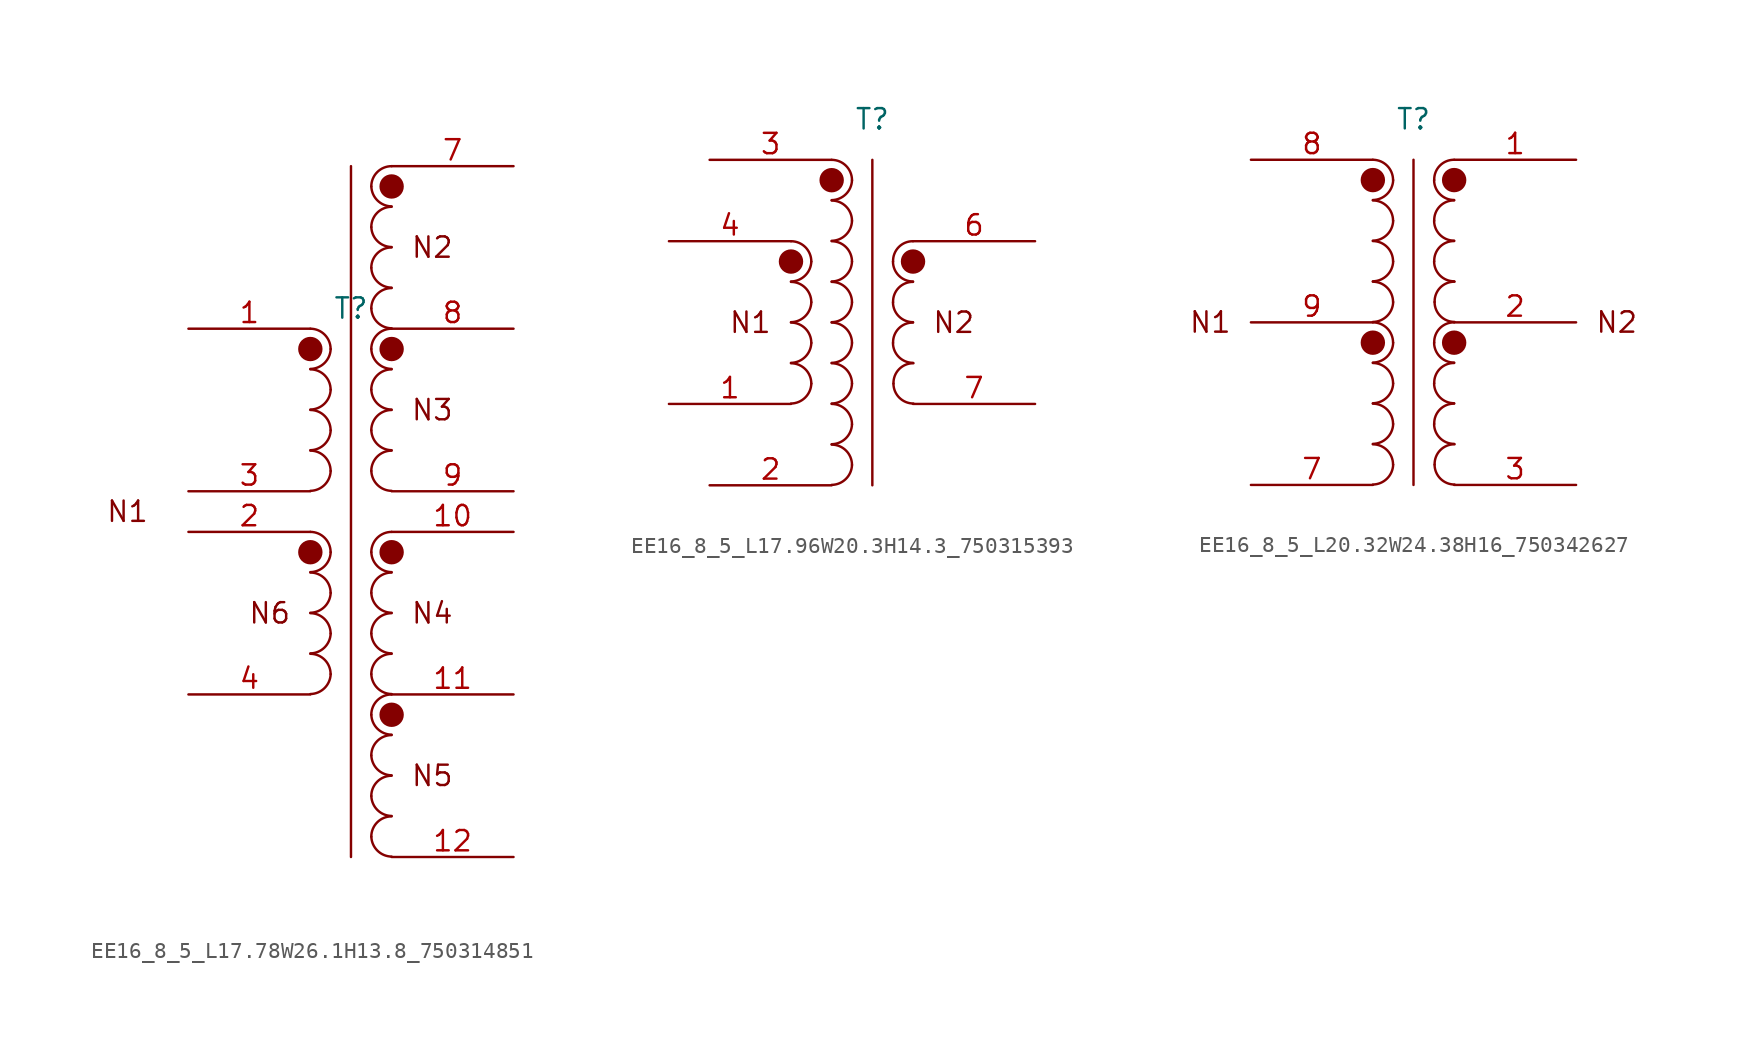
<source format=kicad_sym>
(kicad_symbol_lib
  (version 20220914)
  (generator kicad_symbol_editor)
  (symbol "EE16_8_5_L17.78W26.1H13.8_750314851"
    (pin_names hide)
    (property "Reference" "T"
      (at 0 12.7 0)
      (effects (font (size 1.27 1.27))))
    (symbol "EE16_8_5_L17.78W26.1H13.8_750314851_0_1"
      (arc (start -2.54 -11.4046) (mid -1.6561 -11.0363) (end -1.27 -10.16) (stroke (width 0) (type default)) (fill (type none)))
      (arc (start -2.54 -8.8646) (mid -1.6561 -8.4963) (end -1.27 -7.62) (stroke (width 0) (type default)) (fill (type none)))
      (arc (start -2.54 -6.3246) (mid -1.6561 -5.9563) (end -1.27 -5.08) (stroke (width 0) (type default)) (fill (type none)))
      (arc (start -2.54 -3.7846) (mid -1.6561 -3.4163) (end -1.27 -2.54) (stroke (width 0) (type default)) (fill (type none)))
      (arc (start -2.54 1.2954) (mid -1.6561 1.6637) (end -1.27 2.54) (stroke (width 0) (type default)) (fill (type none)))
      (arc (start -2.54 3.8354) (mid -1.6561 4.2037) (end -1.27 5.08) (stroke (width 0) (type default)) (fill (type none)))
      (arc (start -2.54 6.3754) (mid -1.6561 6.7437) (end -1.27 7.62) (stroke (width 0) (type default)) (fill (type none)))
      (arc (start -2.54 8.9154) (mid -1.6561 9.2837) (end -1.27 10.16) (stroke (width 0) (type default)) (fill (type none)))
      (arc (start -1.27 -10.16) (mid -1.642 -9.262) (end -2.54 -8.89) (stroke (width 0) (type default)) (fill (type none)))
      (arc (start -1.27 -7.62) (mid -1.642 -6.722) (end -2.54 -6.35) (stroke (width 0) (type default)) (fill (type none)))
      (arc (start -1.27 -5.08) (mid -1.642 -4.182) (end -2.54 -3.81) (stroke (width 0) (type default)) (fill (type none)))
      (arc (start -1.27 -2.54) (mid -1.642 -1.642) (end -2.54 -1.27) (stroke (width 0) (type default)) (fill (type none)))
      (arc (start -1.27 2.54) (mid -1.642 3.438) (end -2.54 3.81) (stroke (width 0) (type default)) (fill (type none)))
      (arc (start -1.27 5.08) (mid -1.642 5.978) (end -2.54 6.35) (stroke (width 0) (type default)) (fill (type none)))
      (arc (start -1.27 7.62) (mid -1.642 8.518) (end -2.54 8.89) (stroke (width 0) (type default)) (fill (type none)))
      (arc (start -1.27 10.16) (mid -1.642 11.058) (end -2.54 11.43) (stroke (width 0) (type default)) (fill (type none)))
      (polyline (pts (xy 0 -21.59) (xy 0 21.59)) (stroke (width 0) (type default)) (fill (type none)))
      (arc (start 1.27 -20.32) (mid 1.6561 -21.1963) (end 2.54 -21.5646) (stroke (width 0) (type default)) (fill (type none)))
      (arc (start 1.27 -17.78) (mid 1.6561 -18.6563) (end 2.54 -19.0246) (stroke (width 0) (type default)) (fill (type none)))
      (arc (start 1.27 -15.24) (mid 1.6561 -16.1163) (end 2.54 -16.4846) (stroke (width 0) (type default)) (fill (type none)))
      (arc (start 1.27 -12.7) (mid 1.6561 -13.5763) (end 2.54 -13.9446) (stroke (width 0) (type default)) (fill (type none)))
      (arc (start 1.27 -10.16) (mid 1.6561 -11.0363) (end 2.54 -11.4046) (stroke (width 0) (type default)) (fill (type none)))
      (arc (start 1.27 -7.62) (mid 1.6561 -8.4963) (end 2.54 -8.8646) (stroke (width 0) (type default)) (fill (type none)))
      (arc (start 1.27 -5.08) (mid 1.6561 -5.9563) (end 2.54 -6.3246) (stroke (width 0) (type default)) (fill (type none)))
      (arc (start 1.27 -2.54) (mid 1.6561 -3.4163) (end 2.54 -3.7846) (stroke (width 0) (type default)) (fill (type none)))
      (arc (start 1.27 2.54) (mid 1.6561 1.6637) (end 2.54 1.2954) (stroke (width 0) (type default)) (fill (type none)))
      (arc (start 1.27 5.08) (mid 1.6561 4.2037) (end 2.54 3.8354) (stroke (width 0) (type default)) (fill (type none)))
      (arc (start 1.27 7.62) (mid 1.6561 6.7437) (end 2.54 6.3754) (stroke (width 0) (type default)) (fill (type none)))
      (arc (start 1.27 10.16) (mid 1.6561 9.2837) (end 2.54 8.9154) (stroke (width 0) (type default)) (fill (type none)))
      (arc (start 1.27 12.7) (mid 1.6561 11.8237) (end 2.54 11.4554) (stroke (width 0) (type default)) (fill (type none)))
      (arc (start 1.27 15.24) (mid 1.6561 14.3637) (end 2.54 13.9954) (stroke (width 0) (type default)) (fill (type none)))
      (arc (start 1.27 17.78) (mid 1.6561 16.9037) (end 2.54 16.5354) (stroke (width 0) (type default)) (fill (type none)))
      (arc (start 1.27 20.32) (mid 1.6561 19.4437) (end 2.54 19.0754) (stroke (width 0) (type default)) (fill (type none)))
      (arc (start 2.54 -19.05) (mid 1.642 -19.422) (end 1.27 -20.32) (stroke (width 0) (type default)) (fill (type none)))
      (arc (start 2.54 -16.51) (mid 1.642 -16.882) (end 1.27 -17.78) (stroke (width 0) (type default)) (fill (type none)))
      (arc (start 2.54 -13.97) (mid 1.642 -14.342) (end 1.27 -15.24) (stroke (width 0) (type default)) (fill (type none)))
      (arc (start 2.54 -11.43) (mid 1.642 -11.802) (end 1.27 -12.7) (stroke (width 0) (type default)) (fill (type none)))
      (arc (start 2.54 -8.89) (mid 1.642 -9.262) (end 1.27 -10.16) (stroke (width 0) (type default)) (fill (type none)))
      (arc (start 2.54 -6.35) (mid 1.642 -6.722) (end 1.27 -7.62) (stroke (width 0) (type default)) (fill (type none)))
      (arc (start 2.54 -3.81) (mid 1.642 -4.182) (end 1.27 -5.08) (stroke (width 0) (type default)) (fill (type none)))
      (arc (start 2.54 -1.27) (mid 1.642 -1.642) (end 1.27 -2.54) (stroke (width 0) (type default)) (fill (type none)))
      (arc (start 2.54 3.81) (mid 1.642 3.438) (end 1.27 2.54) (stroke (width 0) (type default)) (fill (type none)))
      (arc (start 2.54 6.35) (mid 1.642 5.978) (end 1.27 5.08) (stroke (width 0) (type default)) (fill (type none)))
      (arc (start 2.54 8.89) (mid 1.642 8.518) (end 1.27 7.62) (stroke (width 0) (type default)) (fill (type none)))
      (arc (start 2.54 11.43) (mid 1.642 11.058) (end 1.27 10.16) (stroke (width 0) (type default)) (fill (type none)))
      (arc (start 2.54 13.97) (mid 1.642 13.598) (end 1.27 12.7) (stroke (width 0) (type default)) (fill (type none)))
      (arc (start 2.54 16.51) (mid 1.642 16.138) (end 1.27 15.24) (stroke (width 0) (type default)) (fill (type none)))
      (arc (start 2.54 19.05) (mid 1.642 18.678) (end 1.27 17.78) (stroke (width 0) (type default)) (fill (type none)))
      (arc (start 2.54 21.59) (mid 1.642 21.218) (end 1.27 20.32) (stroke (width 0) (type default)) (fill (type none))))
    (symbol "EE16_8_5_L17.78W26.1H13.8_750314851_1_1"
      (circle (center -2.54 -2.54) (radius 0.0001) (stroke (width 0.762) (type default)) (fill (type none)))
      (circle (center -2.54 10.16) (radius 0.0001) (stroke (width 0.762) (type default)) (fill (type none)))
      (circle (center 2.54 -12.7) (radius 0.0001) (stroke (width 0.762) (type default)) (fill (type none)))
      (circle (center 2.54 -2.54) (radius 0.0001) (stroke (width 0.762) (type default)) (fill (type none)))
      (circle (center 2.54 10.16) (radius 0.0001) (stroke (width 0.762) (type default)) (fill (type none)))
      (circle (center 2.54 20.32) (radius 0.0001) (stroke (width 0.762) (type default)) (fill (type none)))
      (text "N1" (at -13.97 0 0) (effects (font (size 1.27 1.27))))
      (text "N2" (at 5.08 16.51 0) (effects (font (size 1.27 1.27))))
      (text "N3" (at 5.08 6.35 0) (effects (font (size 1.27 1.27))))
      (text "N4" (at 5.08 -6.35 0) (effects (font (size 1.27 1.27))))
      (text "N5" (at 5.08 -16.51 0) (effects (font (size 1.27 1.27))))
      (text "N6" (at -5.08 -6.35 0) (effects (font (size 1.27 1.27))))
      (pin passive line (at -10.16 11.43 0) (length 7.62) (name "1" (effects (font (size 1.27 1.27)))) (number "1" (effects (font (size 1.27 1.27)))))
      (pin passive line (at 10.16 -1.27 180) (length 7.62) (name "10" (effects (font (size 1.27 1.27)))) (number "10" (effects (font (size 1.27 1.27)))))
      (pin passive line (at 10.16 -11.43 180) (length 7.62) (name "11" (effects (font (size 1.27 1.27)))) (number "11" (effects (font (size 1.27 1.27)))))
      (pin passive line (at 10.16 -21.59 180) (length 7.62) (name "12" (effects (font (size 1.27 1.27)))) (number "12" (effects (font (size 1.27 1.27)))))
      (pin passive line (at -10.16 -1.27 0) (length 7.62) (name "2" (effects (font (size 1.27 1.27)))) (number "2" (effects (font (size 1.27 1.27)))))
      (pin passive line (at -10.16 1.27 0) (length 7.62) (name "3" (effects (font (size 1.27 1.27)))) (number "3" (effects (font (size 1.27 1.27)))))
      (pin passive line (at -10.16 -11.43 0) (length 7.62) (name "4" (effects (font (size 1.27 1.27)))) (number "4" (effects (font (size 1.27 1.27)))))
      (pin passive line (at 10.16 21.59 180) (length 7.62) (name "7" (effects (font (size 1.27 1.27)))) (number "7" (effects (font (size 1.27 1.27)))))
      (pin passive line (at 10.16 11.43 180) (length 7.62) (name "8" (effects (font (size 1.27 1.27)))) (number "8" (effects (font (size 1.27 1.27)))))
      (pin passive line (at 10.16 1.27 180) (length 7.62) (name "9" (effects (font (size 1.27 1.27)))) (number "9" (effects (font (size 1.27 1.27)))))))
  (symbol "EE16_8_5_L17.96W20.3H14.3_750315393"
    (pin_names hide)
    (property "Reference" "T"
      (at 0 12.7 0)
      (effects (font (size 1.27 1.27))))
    (symbol "EE16_8_5_L17.96W20.3H14.3_750315393_0_1"
      (arc (start -5.08 -5.0546) (mid -4.1961 -4.6863) (end -3.81 -3.81) (stroke (width 0) (type default)) (fill (type none)))
      (arc (start -5.08 -2.5146) (mid -4.1961 -2.1463) (end -3.81 -1.27) (stroke (width 0) (type default)) (fill (type none)))
      (arc (start -5.08 0.0254) (mid -4.1961 0.3937) (end -3.81 1.27) (stroke (width 0) (type default)) (fill (type none)))
      (arc (start -5.08 2.5654) (mid -4.1961 2.9337) (end -3.81 3.81) (stroke (width 0) (type default)) (fill (type none)))
      (arc (start -3.81 -3.81) (mid -4.182 -2.912) (end -5.08 -2.54) (stroke (width 0) (type default)) (fill (type none)))
      (arc (start -3.81 -1.27) (mid -4.182 -0.372) (end -5.08 0) (stroke (width 0) (type default)) (fill (type none)))
      (arc (start -3.81 1.27) (mid -4.182 2.168) (end -5.08 2.54) (stroke (width 0) (type default)) (fill (type none)))
      (arc (start -3.81 3.81) (mid -4.182 4.708) (end -5.08 5.08) (stroke (width 0) (type default)) (fill (type none)))
      (arc (start -2.54 -10.1346) (mid -1.6561 -9.7663) (end -1.27 -8.89) (stroke (width 0) (type default)) (fill (type none)))
      (arc (start -2.54 -7.5946) (mid -1.6561 -7.2263) (end -1.27 -6.35) (stroke (width 0) (type default)) (fill (type none)))
      (arc (start -2.54 -5.0546) (mid -1.6561 -4.6863) (end -1.27 -3.81) (stroke (width 0) (type default)) (fill (type none)))
      (arc (start -2.54 -2.5146) (mid -1.6561 -2.1463) (end -1.27 -1.27) (stroke (width 0) (type default)) (fill (type none)))
      (arc (start -2.54 0.0254) (mid -1.6561 0.3937) (end -1.27 1.27) (stroke (width 0) (type default)) (fill (type none)))
      (arc (start -2.54 2.5654) (mid -1.6561 2.9337) (end -1.27 3.81) (stroke (width 0) (type default)) (fill (type none)))
      (arc (start -2.54 5.1054) (mid -1.6561 5.4737) (end -1.27 6.35) (stroke (width 0) (type default)) (fill (type none)))
      (arc (start -2.54 7.6454) (mid -1.6561 8.0137) (end -1.27 8.89) (stroke (width 0) (type default)) (fill (type none)))
      (arc (start -1.27 -8.89) (mid -1.642 -7.992) (end -2.54 -7.62) (stroke (width 0) (type default)) (fill (type none)))
      (arc (start -1.27 -6.35) (mid -1.642 -5.452) (end -2.54 -5.08) (stroke (width 0) (type default)) (fill (type none)))
      (arc (start -1.27 -3.81) (mid -1.642 -2.912) (end -2.54 -2.54) (stroke (width 0) (type default)) (fill (type none)))
      (arc (start -1.27 -1.27) (mid -1.642 -0.372) (end -2.54 0) (stroke (width 0) (type default)) (fill (type none)))
      (arc (start -1.27 1.27) (mid -1.642 2.168) (end -2.54 2.54) (stroke (width 0) (type default)) (fill (type none)))
      (arc (start -1.27 3.81) (mid -1.642 4.708) (end -2.54 5.08) (stroke (width 0) (type default)) (fill (type none)))
      (arc (start -1.27 6.35) (mid -1.642 7.248) (end -2.54 7.62) (stroke (width 0) (type default)) (fill (type none)))
      (arc (start -1.27 8.89) (mid -1.642 9.788) (end -2.54 10.16) (stroke (width 0) (type default)) (fill (type none)))
      (polyline (pts (xy 0 10.16) (xy 0 -10.16)) (stroke (width 0) (type default)) (fill (type none)))
      (arc (start 1.2954 -1.27) (mid 1.6599 -2.1501) (end 2.54 -2.5146) (stroke (width 0) (type default)) (fill (type none)))
      (arc (start 1.2954 1.27) (mid 1.6599 0.3899) (end 2.54 0.0254) (stroke (width 0) (type default)) (fill (type none)))
      (arc (start 1.2954 3.81) (mid 1.6599 2.9299) (end 2.54 2.5654) (stroke (width 0) (type default)) (fill (type none)))
      (arc (start 1.3208 -3.81) (mid 1.6853 -4.6901) (end 2.5654 -5.0546) (stroke (width 0) (type default)) (fill (type none)))
      (arc (start 2.54 0) (mid 1.642 -0.372) (end 1.2954 -1.27) (stroke (width 0) (type default)) (fill (type none)))
      (arc (start 2.54 2.54) (mid 1.642 2.168) (end 1.2954 1.27) (stroke (width 0) (type default)) (fill (type none)))
      (arc (start 2.54 5.08) (mid 1.642 4.708) (end 1.2954 3.81) (stroke (width 0) (type default)) (fill (type none)))
      (arc (start 2.5654 -2.54) (mid 1.6674 -2.912) (end 1.3208 -3.81) (stroke (width 0) (type default)) (fill (type none))))
    (symbol "EE16_8_5_L17.96W20.3H14.3_750315393_1_1"
      (circle (center -5.08 3.81) (radius 0.0001) (stroke (width 0.762) (type default)) (fill (type none)))
      (circle (center -2.54 8.89) (radius 0.0001) (stroke (width 0.762) (type default)) (fill (type none)))
      (circle (center 2.54 3.81) (radius 0.0001) (stroke (width 0.762) (type default)) (fill (type none)))
      (text "N1" (at -7.62 0 0) (effects (font (size 1.27 1.27))))
      (text "N2" (at 5.08 0 0) (effects (font (size 1.27 1.27))))
      (pin passive line (at -12.7 -5.08 0) (length 7.62) (name "1" (effects (font (size 1.27 1.27)))) (number "1" (effects (font (size 1.27 1.27)))))
      (pin passive line (at -10.16 -10.16 0) (length 7.62) (name "2" (effects (font (size 1.27 1.27)))) (number "2" (effects (font (size 1.27 1.27)))))
      (pin passive line (at -10.16 10.16 0) (length 7.62) (name "3" (effects (font (size 1.27 1.27)))) (number "3" (effects (font (size 1.27 1.27)))))
      (pin passive line (at -12.7 5.08 0) (length 7.62) (name "4" (effects (font (size 1.27 1.27)))) (number "4" (effects (font (size 1.27 1.27)))))
      (pin passive line (at 10.16 5.08 180) (length 7.62) (name "6" (effects (font (size 1.27 1.27)))) (number "6" (effects (font (size 1.27 1.27)))))
      (pin passive line (at 10.16 -5.08 180) (length 7.62) (name "7" (effects (font (size 1.27 1.27)))) (number "7" (effects (font (size 1.27 1.27)))))))
  (symbol "EE16_8_5_L20.32W24.38H16_750342627"
    (pin_names hide)
    (property "Reference" "T"
      (at 0 12.7 0)
      (effects (font (size 1.27 1.27))))
    (symbol "EE16_8_5_L20.32W24.38H16_750342627_0_1"
      (arc (start -2.54 -10.1346) (mid -1.6561 -9.7663) (end -1.27 -8.89) (stroke (width 0) (type default)) (fill (type none)))
      (arc (start -2.54 -7.5946) (mid -1.6561 -7.2263) (end -1.27 -6.35) (stroke (width 0) (type default)) (fill (type none)))
      (arc (start -2.54 -5.0546) (mid -1.6561 -4.6863) (end -1.27 -3.81) (stroke (width 0) (type default)) (fill (type none)))
      (arc (start -2.54 -2.5146) (mid -1.6561 -2.1463) (end -1.27 -1.27) (stroke (width 0) (type default)) (fill (type none)))
      (arc (start -2.54 0.0254) (mid -1.6561 0.3937) (end -1.27 1.27) (stroke (width 0) (type default)) (fill (type none)))
      (arc (start -2.54 2.5654) (mid -1.6561 2.9337) (end -1.27 3.81) (stroke (width 0) (type default)) (fill (type none)))
      (arc (start -2.54 5.1054) (mid -1.6561 5.4737) (end -1.27 6.35) (stroke (width 0) (type default)) (fill (type none)))
      (arc (start -2.54 7.6454) (mid -1.6561 8.0137) (end -1.27 8.89) (stroke (width 0) (type default)) (fill (type none)))
      (arc (start -1.27 -8.89) (mid -1.642 -7.992) (end -2.54 -7.62) (stroke (width 0) (type default)) (fill (type none)))
      (arc (start -1.27 -6.35) (mid -1.642 -5.452) (end -2.54 -5.08) (stroke (width 0) (type default)) (fill (type none)))
      (arc (start -1.27 -3.81) (mid -1.642 -2.912) (end -2.54 -2.54) (stroke (width 0) (type default)) (fill (type none)))
      (arc (start -1.27 -1.27) (mid -1.642 -0.372) (end -2.54 0) (stroke (width 0) (type default)) (fill (type none)))
      (arc (start -1.27 1.27) (mid -1.642 2.168) (end -2.54 2.54) (stroke (width 0) (type default)) (fill (type none)))
      (arc (start -1.27 3.81) (mid -1.642 4.708) (end -2.54 5.08) (stroke (width 0) (type default)) (fill (type none)))
      (arc (start -1.27 6.35) (mid -1.642 7.248) (end -2.54 7.62) (stroke (width 0) (type default)) (fill (type none)))
      (arc (start -1.27 8.89) (mid -1.642 9.788) (end -2.54 10.16) (stroke (width 0) (type default)) (fill (type none)))
      (polyline (pts (xy 0 10.16) (xy 0 -10.16)) (stroke (width 0) (type default)) (fill (type none)))
      (arc (start 1.2954 -6.35) (mid 1.6599 -7.2301) (end 2.54 -7.5946) (stroke (width 0) (type default)) (fill (type none)))
      (arc (start 1.2954 -3.81) (mid 1.6599 -4.6901) (end 2.54 -5.0546) (stroke (width 0) (type default)) (fill (type none)))
      (arc (start 1.2954 -1.27) (mid 1.6599 -2.1501) (end 2.54 -2.5146) (stroke (width 0) (type default)) (fill (type none)))
      (arc (start 1.2954 3.81) (mid 1.6599 2.9299) (end 2.54 2.5654) (stroke (width 0) (type default)) (fill (type none)))
      (arc (start 1.2954 6.35) (mid 1.6599 5.4699) (end 2.54 5.1054) (stroke (width 0) (type default)) (fill (type none)))
      (arc (start 1.2954 8.89) (mid 1.6599 8.0099) (end 2.54 7.6454) (stroke (width 0) (type default)) (fill (type none)))
      (arc (start 1.3208 -8.89) (mid 1.6855 -9.7699) (end 2.5654 -10.1346) (stroke (width 0) (type default)) (fill (type none)))
      (arc (start 1.3208 1.27) (mid 1.6854 0.3901) (end 2.5654 0.0254) (stroke (width 0) (type default)) (fill (type none)))
      (arc (start 2.54 -5.08) (mid 1.6458 -5.4485) (end 1.2954 -6.35) (stroke (width 0) (type default)) (fill (type none)))
      (arc (start 2.54 -2.54) (mid 1.6458 -2.9085) (end 1.2954 -3.81) (stroke (width 0) (type default)) (fill (type none)))
      (arc (start 2.54 0) (mid 1.6458 -0.3685) (end 1.2954 -1.27) (stroke (width 0) (type default)) (fill (type none)))
      (arc (start 2.54 5.08) (mid 1.6458 4.7115) (end 1.2954 3.81) (stroke (width 0) (type default)) (fill (type none)))
      (arc (start 2.54 7.62) (mid 1.6458 7.2515) (end 1.2954 6.35) (stroke (width 0) (type default)) (fill (type none)))
      (arc (start 2.54 10.16) (mid 1.6458 9.7915) (end 1.2954 8.89) (stroke (width 0) (type default)) (fill (type none)))
      (arc (start 2.5654 -7.62) (mid 1.6709 -7.9883) (end 1.3208 -8.89) (stroke (width 0) (type default)) (fill (type none)))
      (arc (start 2.5654 2.54) (mid 1.6709 2.1717) (end 1.3208 1.27) (stroke (width 0) (type default)) (fill (type none))))
    (symbol "EE16_8_5_L20.32W24.38H16_750342627_1_1"
      (circle (center -2.54 -1.27) (radius 0.0001) (stroke (width 0.762) (type default)) (fill (type none)))
      (circle (center -2.54 8.89) (radius 0.0001) (stroke (width 0.762) (type default)) (fill (type none)))
      (circle (center 2.54 -1.27) (radius 0.0001) (stroke (width 0.762) (type default)) (fill (type none)))
      (circle (center 2.54 8.89) (radius 0.0001) (stroke (width 0.762) (type default)) (fill (type none)))
      (text "N1" (at -12.7 0 0) (effects (font (size 1.27 1.27))))
      (text "N2" (at 12.7 0 0) (effects (font (size 1.27 1.27))))
      (pin passive line (at 10.16 10.16 180) (length 7.62) (name "1" (effects (font (size 1.27 1.27)))) (number "1" (effects (font (size 1.27 1.27)))))
      (pin passive line (at 10.16 0 180) (length 7.62) (name "2" (effects (font (size 1.27 1.27)))) (number "2" (effects (font (size 1.27 1.27)))))
      (pin passive line (at 10.16 -10.16 180) (length 7.62) (name "3" (effects (font (size 1.27 1.27)))) (number "3" (effects (font (size 1.27 1.27)))))
      (pin passive line (at -10.16 -10.16 0) (length 7.62) (name "7" (effects (font (size 1.27 1.27)))) (number "7" (effects (font (size 1.27 1.27)))))
      (pin passive line (at -10.16 10.16 0) (length 7.62) (name "8" (effects (font (size 1.27 1.27)))) (number "8" (effects (font (size 1.27 1.27)))))
      (pin passive line (at -10.16 0 0) (length 7.62) (name "9" (effects (font (size 1.27 1.27)))) (number "9" (effects (font (size 1.27 1.27))))))))
</source>
